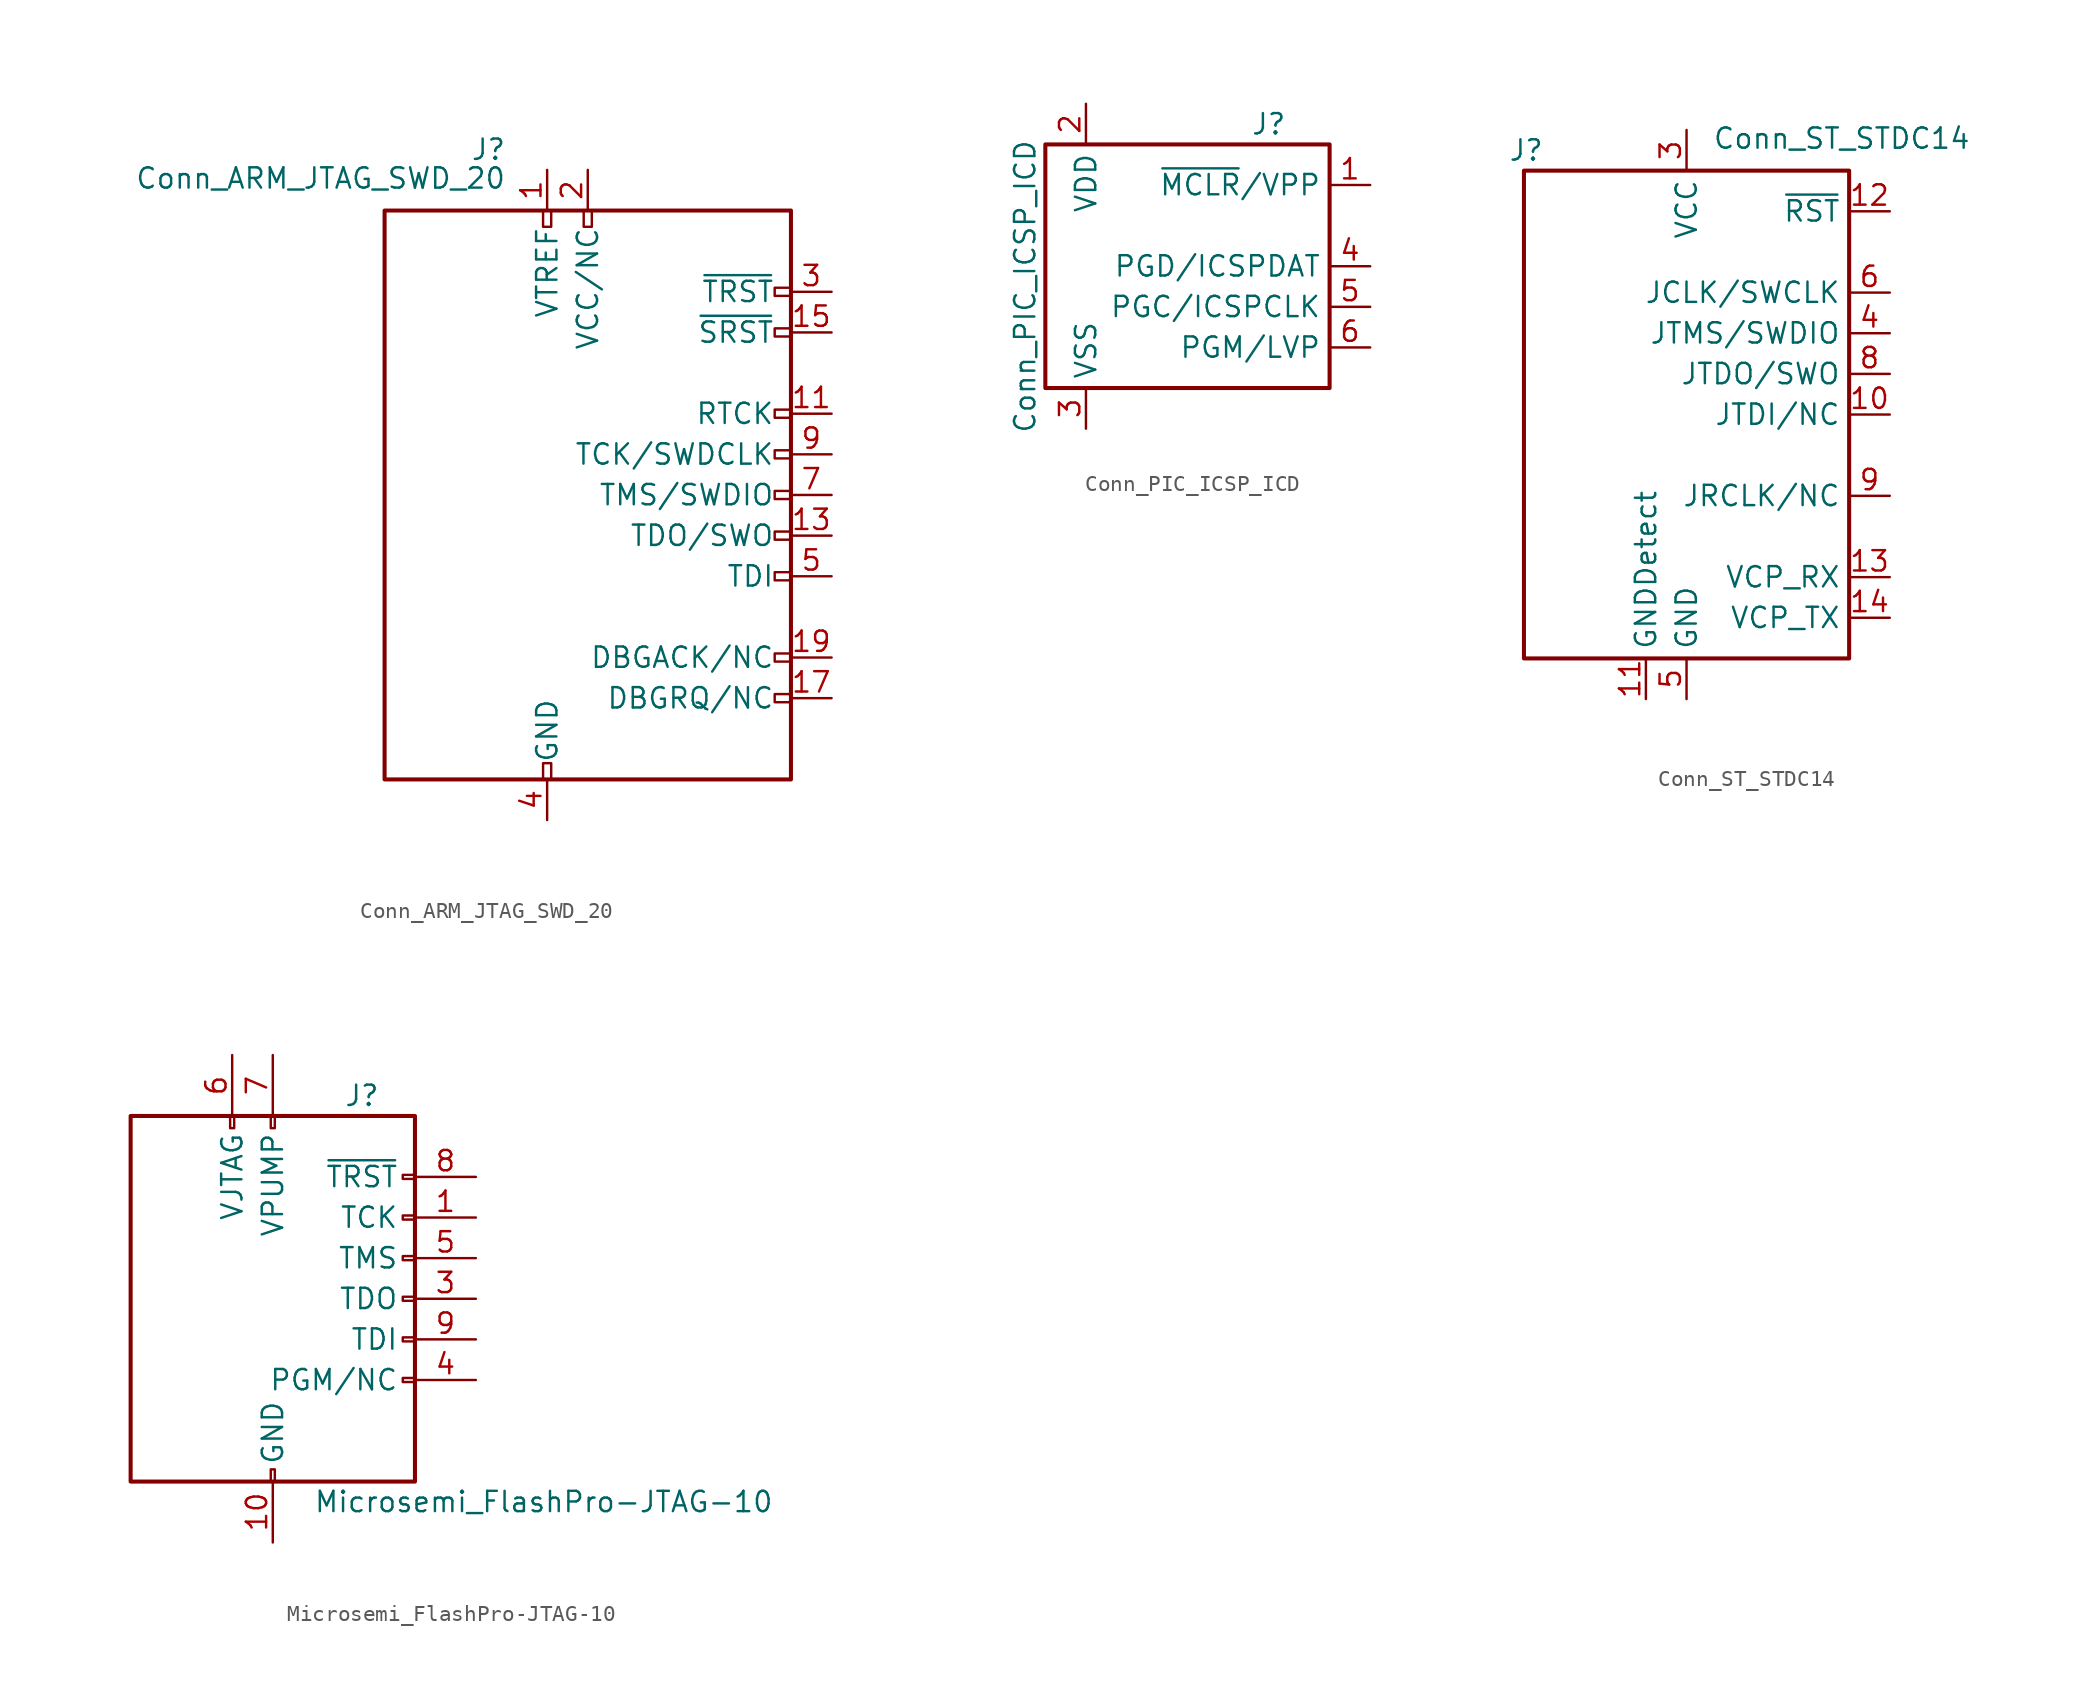
<source format=kicad_sym>
(kicad_symbol_lib
  (version 20211014)
  (generator kicad_symbol_editor)
  (symbol "Conn_ARM_JTAG_SWD_20"
    (pin_names
      (offset 1.016))
    (property "Reference" "J"
      (at -5.08 21.59 0)
      (effects (font (size 1.27 1.27)) (justify right)))
    (property "Value" "Conn_ARM_JTAG_SWD_20"
      (at -5.08 19.05 0)
      (effects (font (size 1.27 1.27)) (justify right bottom)))
    (symbol "Conn_ARM_JTAG_SWD_20_0_1"
      (rectangle (start -12.7 17.78) (end 12.7 -17.78) (stroke (width 0.254) (type default) (color 0 0 0 0)) (fill (type none)))
      (rectangle (start -2.794 -17.78) (end -2.286 -16.764) (stroke (width 0) (type default) (color 0 0 0 0)) (fill (type none)))
      (rectangle (start -2.794 17.78) (end -2.286 16.764) (stroke (width 0) (type default) (color 0 0 0 0)) (fill (type none)))
      (rectangle (start -0.254 17.78) (end 0.254 16.764) (stroke (width 0) (type default) (color 0 0 0 0)) (fill (type none)))
      (rectangle (start 11.684 2.286) (end 12.7 2.794) (stroke (width 0) (type default) (color 0 0 0 0)) (fill (type none)))
      (rectangle (start 12.7 -12.446) (end 11.684 -12.954) (stroke (width 0) (type default) (color 0 0 0 0)) (fill (type none)))
      (rectangle (start 12.7 -9.906) (end 11.684 -10.414) (stroke (width 0) (type default) (color 0 0 0 0)) (fill (type none)))
      (rectangle (start 12.7 -2.794) (end 11.684 -2.286) (stroke (width 0) (type default) (color 0 0 0 0)) (fill (type none)))
      (rectangle (start 12.7 -0.254) (end 11.684 0.254) (stroke (width 0) (type default) (color 0 0 0 0)) (fill (type none)))
      (rectangle (start 12.7 4.826) (end 11.684 5.334) (stroke (width 0) (type default) (color 0 0 0 0)) (fill (type none)))
      (rectangle (start 12.7 10.414) (end 11.684 9.906) (stroke (width 0) (type default) (color 0 0 0 0)) (fill (type none)))
      (rectangle (start 12.7 12.954) (end 11.684 12.446) (stroke (width 0) (type default) (color 0 0 0 0)) (fill (type none))))
    (symbol "Conn_ARM_JTAG_SWD_20_1_1"
      (rectangle (start 11.684 -5.334) (end 12.7 -4.826) (stroke (width 0) (type default) (color 0 0 0 0)) (fill (type none)))
      (pin power_in line (at -2.54 20.32 270) (length 2.54) (name "VTREF" (effects (font (size 1.27 1.27)))) (number "1" (effects (font (size 1.27 1.27)))))
      (pin passive line (at -2.54 -20.32 90) (length 2.54) hide (name "GND" (effects (font (size 1.27 1.27)))) (number "10" (effects (font (size 1.27 1.27)))))
      (pin input line (at 15.24 5.08 180) (length 2.54) (name "RTCK" (effects (font (size 1.27 1.27)))) (number "11" (effects (font (size 1.27 1.27)))))
      (pin passive line (at -2.54 -20.32 90) (length 2.54) hide (name "GND" (effects (font (size 1.27 1.27)))) (number "12" (effects (font (size 1.27 1.27)))))
      (pin input line (at 15.24 -2.54 180) (length 2.54) (name "TDO/SWO" (effects (font (size 1.27 1.27)))) (number "13" (effects (font (size 1.27 1.27)))))
      (pin passive line (at -2.54 -20.32 90) (length 2.54) hide (name "GND" (effects (font (size 1.27 1.27)))) (number "14" (effects (font (size 1.27 1.27)))))
      (pin bidirectional line (at 15.24 10.16 180) (length 2.54) (name "~{SRST}" (effects (font (size 1.27 1.27)))) (number "15" (effects (font (size 1.27 1.27)))))
      (pin passive line (at -2.54 -20.32 90) (length 2.54) hide (name "GND" (effects (font (size 1.27 1.27)))) (number "16" (effects (font (size 1.27 1.27)))))
      (pin output line (at 15.24 -12.7 180) (length 2.54) (name "DBGRQ/NC" (effects (font (size 1.27 1.27)))) (number "17" (effects (font (size 1.27 1.27)))))
      (pin passive line (at -2.54 -20.32 90) (length 2.54) hide (name "GND" (effects (font (size 1.27 1.27)))) (number "18" (effects (font (size 1.27 1.27)))))
      (pin input line (at 15.24 -10.16 180) (length 2.54) (name "DBGACK/NC" (effects (font (size 1.27 1.27)))) (number "19" (effects (font (size 1.27 1.27)))))
      (pin power_in line (at 0 20.32 270) (length 2.54) (name "VCC/NC" (effects (font (size 1.27 1.27)))) (number "2" (effects (font (size 1.27 1.27)))))
      (pin passive line (at -2.54 -20.32 90) (length 2.54) hide (name "GND" (effects (font (size 1.27 1.27)))) (number "20" (effects (font (size 1.27 1.27)))))
      (pin output line (at 15.24 12.7 180) (length 2.54) (name "~{TRST}" (effects (font (size 1.27 1.27)))) (number "3" (effects (font (size 1.27 1.27)))))
      (pin power_in line (at -2.54 -20.32 90) (length 2.54) (name "GND" (effects (font (size 1.27 1.27)))) (number "4" (effects (font (size 1.27 1.27)))))
      (pin output line (at 15.24 -5.08 180) (length 2.54) (name "TDI" (effects (font (size 1.27 1.27)))) (number "5" (effects (font (size 1.27 1.27)))))
      (pin passive line (at -2.54 -20.32 90) (length 2.54) hide (name "GND" (effects (font (size 1.27 1.27)))) (number "6" (effects (font (size 1.27 1.27)))))
      (pin output line (at 15.24 0 180) (length 2.54) (name "TMS/SWDIO" (effects (font (size 1.27 1.27)))) (number "7" (effects (font (size 1.27 1.27)))))
      (pin passive line (at -2.54 -20.32 90) (length 2.54) hide (name "GND" (effects (font (size 1.27 1.27)))) (number "8" (effects (font (size 1.27 1.27)))))
      (pin output line (at 15.24 2.54 180) (length 2.54) (name "TCK/SWDCLK" (effects (font (size 1.27 1.27)))) (number "9" (effects (font (size 1.27 1.27)))))))
  (symbol "Conn_PIC_ICSP_ICD"
    (property "Reference" "J"
      (at 6.35 8.89 0)
      (effects (font (size 1.27 1.27))))
    (property "Value" "Conn_PIC_ICSP_ICD"
      (at -8.89 -1.27 90)
      (effects (font (size 1.27 1.27))))
    (symbol "Conn_PIC_ICSP_ICD_0_1"
      (rectangle (start -7.62 7.62) (end 10.16 -7.62) (stroke (width 0.254) (type default) (color 0 0 0 0)) (fill (type none))))
    (symbol "Conn_PIC_ICSP_ICD_1_1"
      (pin passive line (at 12.7 5.08 180) (length 2.54) (name "~{MCLR}/VPP" (effects (font (size 1.27 1.27)))) (number "1" (effects (font (size 1.27 1.27)))))
      (pin passive line (at -5.08 10.16 270) (length 2.54) (name "VDD" (effects (font (size 1.27 1.27)))) (number "2" (effects (font (size 1.27 1.27)))))
      (pin power_in line (at -5.08 -10.16 90) (length 2.54) (name "VSS" (effects (font (size 1.27 1.27)))) (number "3" (effects (font (size 1.27 1.27)))))
      (pin bidirectional line (at 12.7 0 180) (length 2.54) (name "PGD/ICSPDAT" (effects (font (size 1.27 1.27)))) (number "4" (effects (font (size 1.27 1.27)))))
      (pin output line (at 12.7 -2.54 180) (length 2.54) (name "PGC/ICSPCLK" (effects (font (size 1.27 1.27)))) (number "5" (effects (font (size 1.27 1.27)))))
      (pin output line (at 12.7 -5.08 180) (length 2.54) (name "PGM/LVP" (effects (font (size 1.27 1.27)))) (number "6" (effects (font (size 1.27 1.27)))))))
  (symbol "Conn_ST_STDC14"
    (property "Reference" "J"
      (at -8.89 16.51 0)
      (effects (font (size 1.27 1.27)) (justify right)))
    (property "Value" "Conn_ST_STDC14"
      (at 17.78 16.51 0)
      (effects (font (size 1.27 1.27)) (justify right bottom)))
    (symbol "Conn_ST_STDC14_0_1"
      (rectangle (start -10.16 15.24) (end 10.16 -15.24) (stroke (width 0.254) (type default) (color 0 0 0 0)) (fill (type none))))
    (symbol "Conn_ST_STDC14_1_1"
      (pin no_connect line (at -10.16 5.08 0) (length 2.54) hide (name "NC" (effects (font (size 1.27 1.27)))) (number "1" (effects (font (size 1.27 1.27)))))
      (pin output line (at 12.7 0 180) (length 2.54) (name "JTDI/NC" (effects (font (size 1.27 1.27)))) (number "10" (effects (font (size 1.27 1.27)))))
      (pin passive line (at -2.54 -17.78 90) (length 2.54) (name "GNDDetect" (effects (font (size 1.27 1.27)))) (number "11" (effects (font (size 1.27 1.27)))))
      (pin open_collector line (at 12.7 12.7 180) (length 2.54) (name "~{RST}" (effects (font (size 1.27 1.27)))) (number "12" (effects (font (size 1.27 1.27)))))
      (pin output line (at 12.7 -10.16 180) (length 2.54) (name "VCP_RX" (effects (font (size 1.27 1.27)))) (number "13" (effects (font (size 1.27 1.27)))))
      (pin input line (at 12.7 -12.7 180) (length 2.54) (name "VCP_TX" (effects (font (size 1.27 1.27)))) (number "14" (effects (font (size 1.27 1.27)))))
      (pin no_connect line (at -10.16 2.54 0) (length 2.54) hide (name "NC" (effects (font (size 1.27 1.27)))) (number "2" (effects (font (size 1.27 1.27)))))
      (pin power_in line (at 0 17.78 270) (length 2.54) (name "VCC" (effects (font (size 1.27 1.27)))) (number "3" (effects (font (size 1.27 1.27)))))
      (pin bidirectional line (at 12.7 5.08 180) (length 2.54) (name "JTMS/SWDIO" (effects (font (size 1.27 1.27)))) (number "4" (effects (font (size 1.27 1.27)))))
      (pin power_in line (at 0 -17.78 90) (length 2.54) (name "GND" (effects (font (size 1.27 1.27)))) (number "5" (effects (font (size 1.27 1.27)))))
      (pin output line (at 12.7 7.62 180) (length 2.54) (name "JCLK/SWCLK" (effects (font (size 1.27 1.27)))) (number "6" (effects (font (size 1.27 1.27)))))
      (pin passive line (at 0 -17.78 90) (length 2.54) hide (name "GND" (effects (font (size 1.27 1.27)))) (number "7" (effects (font (size 1.27 1.27)))))
      (pin input line (at 12.7 2.54 180) (length 2.54) (name "JTDO/SWO" (effects (font (size 1.27 1.27)))) (number "8" (effects (font (size 1.27 1.27)))))
      (pin input line (at 12.7 -5.08 180) (length 2.54) (name "JRCLK/NC" (effects (font (size 1.27 1.27)))) (number "9" (effects (font (size 1.27 1.27)))))))
  (symbol "Microsemi_FlashPro-JTAG-10"
    (pin_names
      (offset 1.016))
    (property "Reference" "J"
      (at 4.445 12.7 0)
      (effects (font (size 1.27 1.27)) (justify left)))
    (property "Value" "Microsemi_FlashPro-JTAG-10"
      (at 2.54 -12.7 0)
      (effects (font (size 1.27 1.27)) (justify left)))
    (symbol "Microsemi_FlashPro-JTAG-10_0_1"
      (rectangle (start -2.667 11.43) (end -2.413 10.668) (stroke (width 0) (type default) (color 0 0 0 0)) (fill (type none)))
      (rectangle (start -0.127 -10.668) (end 0.127 -11.43) (stroke (width 0) (type default) (color 0 0 0 0)) (fill (type none)))
      (rectangle (start -0.127 11.43) (end 0.127 10.668) (stroke (width 0) (type default) (color 0 0 0 0)) (fill (type none)))
      (rectangle (start 8.89 -4.953) (end 8.128 -5.207) (stroke (width 0) (type default) (color 0 0 0 0)) (fill (type none)))
      (rectangle (start 8.89 -2.413) (end 8.128 -2.667) (stroke (width 0) (type default) (color 0 0 0 0)) (fill (type none)))
      (rectangle (start 8.89 0.127) (end 8.128 -0.127) (stroke (width 0) (type default) (color 0 0 0 0)) (fill (type none)))
      (rectangle (start 8.89 2.667) (end 8.128 2.413) (stroke (width 0) (type default) (color 0 0 0 0)) (fill (type none)))
      (rectangle (start 8.89 5.207) (end 8.128 4.953) (stroke (width 0) (type default) (color 0 0 0 0)) (fill (type none)))
      (rectangle (start 8.89 7.747) (end 8.128 7.493) (stroke (width 0) (type default) (color 0 0 0 0)) (fill (type none)))
      (rectangle (start 8.89 11.43) (end -8.89 -11.43) (stroke (width 0.254) (type default) (color 0 0 0 0)) (fill (type none))))
    (symbol "Microsemi_FlashPro-JTAG-10_1_1"
      (pin passive line (at 12.7 5.08 180) (length 3.81) (name "TCK" (effects (font (size 1.27 1.27)))) (number "1" (effects (font (size 1.27 1.27)))))
      (pin power_in line (at 0 -15.24 90) (length 3.81) (name "GND" (effects (font (size 1.27 1.27)))) (number "10" (effects (font (size 1.27 1.27)))))
      (pin passive line (at 0 -15.24 90) (length 3.81) hide (name "GND" (effects (font (size 1.27 1.27)))) (number "2" (effects (font (size 1.27 1.27)))))
      (pin passive line (at 12.7 0 180) (length 3.81) (name "TDO" (effects (font (size 1.27 1.27)))) (number "3" (effects (font (size 1.27 1.27)))))
      (pin passive line (at 12.7 -5.08 180) (length 3.81) (name "PGM/NC" (effects (font (size 1.27 1.27)))) (number "4" (effects (font (size 1.27 1.27)))))
      (pin passive line (at 12.7 2.54 180) (length 3.81) (name "TMS" (effects (font (size 1.27 1.27)))) (number "5" (effects (font (size 1.27 1.27)))))
      (pin power_in line (at -2.54 15.24 270) (length 3.81) (name "VJTAG" (effects (font (size 1.27 1.27)))) (number "6" (effects (font (size 1.27 1.27)))))
      (pin power_out line (at 0 15.24 270) (length 3.81) (name "VPUMP" (effects (font (size 1.27 1.27)))) (number "7" (effects (font (size 1.27 1.27)))))
      (pin passive line (at 12.7 7.62 180) (length 3.81) (name "~{TRST}" (effects (font (size 1.27 1.27)))) (number "8" (effects (font (size 1.27 1.27)))))
      (pin passive line (at 12.7 -2.54 180) (length 3.81) (name "TDI" (effects (font (size 1.27 1.27)))) (number "9" (effects (font (size 1.27 1.27))))))))
</source>
